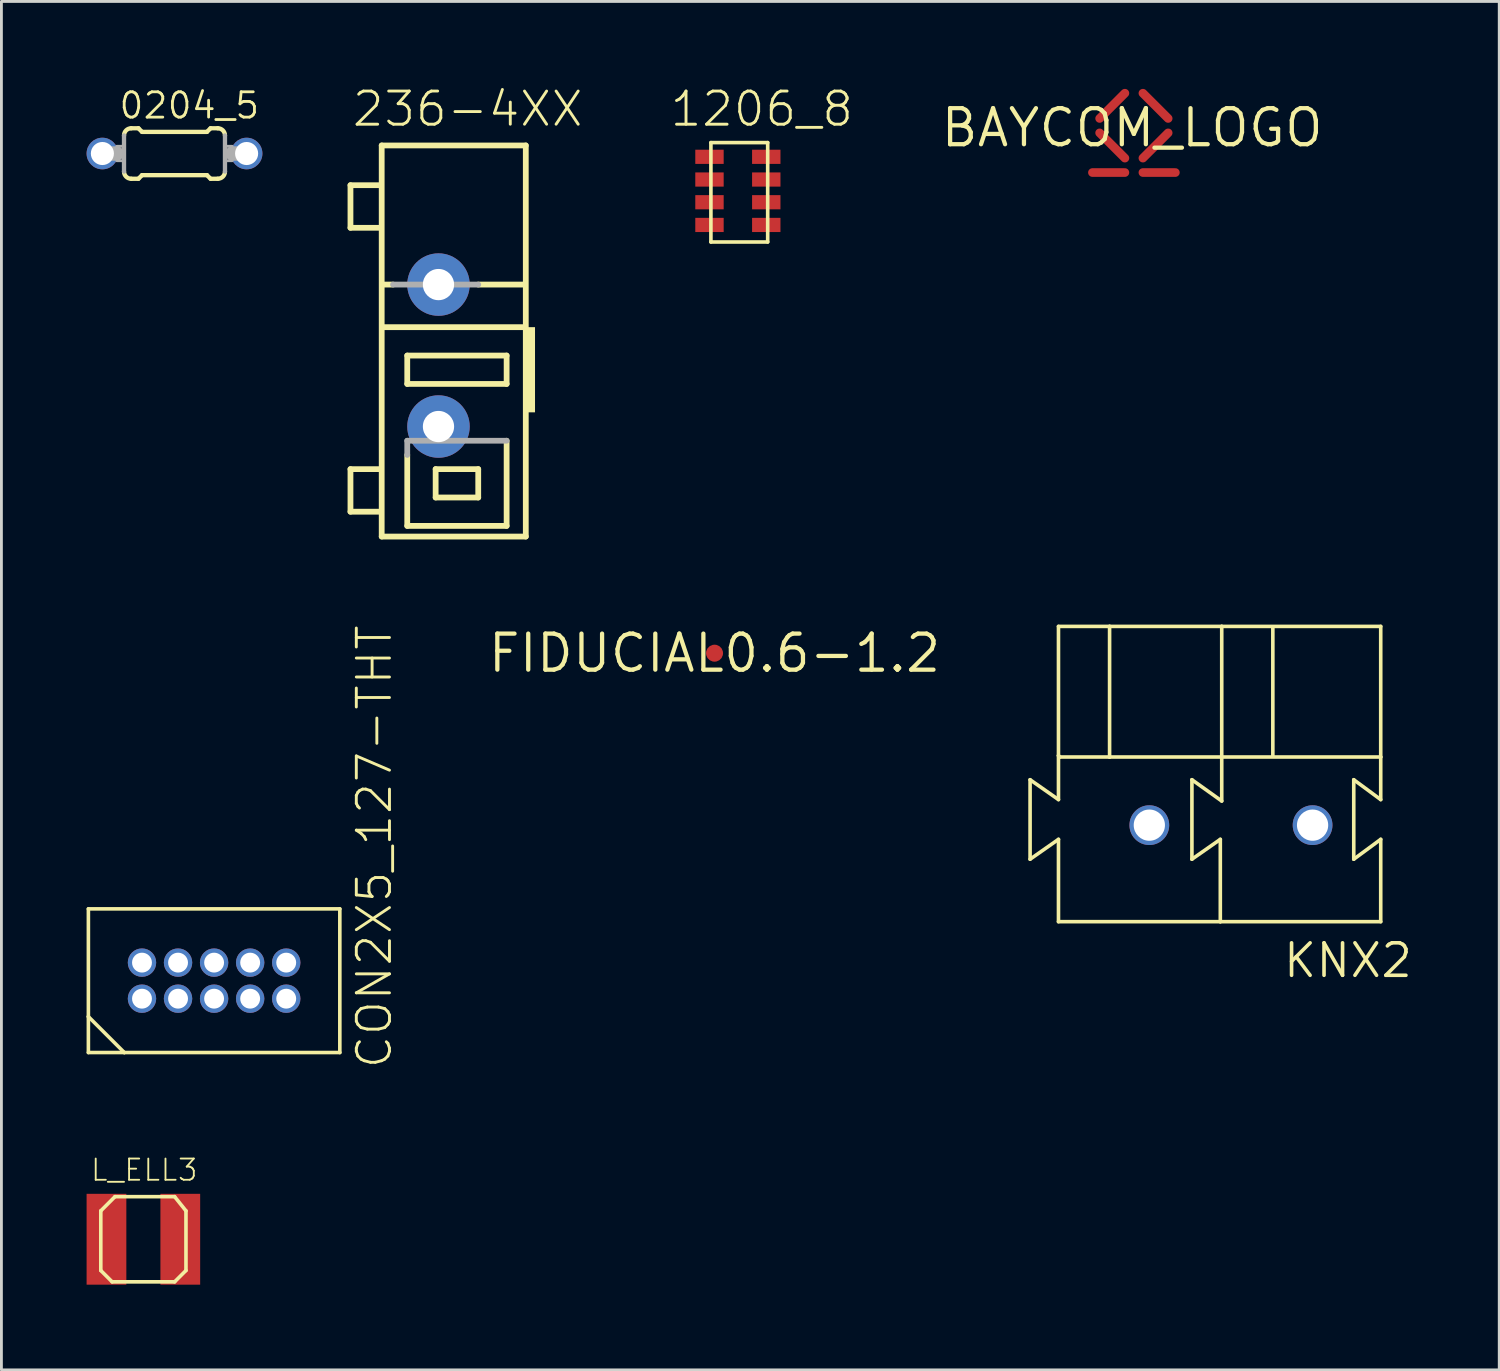
<source format=kicad_pcb>
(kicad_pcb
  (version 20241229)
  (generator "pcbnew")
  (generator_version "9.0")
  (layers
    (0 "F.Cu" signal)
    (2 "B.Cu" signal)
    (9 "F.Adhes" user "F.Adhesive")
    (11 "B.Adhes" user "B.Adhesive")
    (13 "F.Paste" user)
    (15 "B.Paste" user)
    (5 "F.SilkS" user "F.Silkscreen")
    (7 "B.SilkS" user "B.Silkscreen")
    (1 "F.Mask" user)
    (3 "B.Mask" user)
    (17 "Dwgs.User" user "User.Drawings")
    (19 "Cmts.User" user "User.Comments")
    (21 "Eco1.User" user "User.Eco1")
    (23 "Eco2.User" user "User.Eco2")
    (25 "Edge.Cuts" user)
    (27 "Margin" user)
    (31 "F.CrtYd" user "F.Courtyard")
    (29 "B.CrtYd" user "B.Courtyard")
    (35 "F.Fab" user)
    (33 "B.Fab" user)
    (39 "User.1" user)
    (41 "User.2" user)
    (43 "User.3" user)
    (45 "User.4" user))
  (footprint "CON2X5_127-THT"
    (layer "F.Cu")
    (at 4.491 32.125)
    (property "Reference" "CON2X5_127-THT" (at 6.325 2.53 90) (layer "F.SilkS") (effects (font (size 1.168 1.168) (thickness 0.102)) (justify left bottom)))
    (fp_line (start -4.428 -3.163) (end 4.428 -3.163) (stroke (width 0.127) (type solid)) (layer "F.SilkS"))
    (fp_line (start -4.428 0.632) (end -4.428 -3.163) (stroke (width 0.127) (type solid)) (layer "F.SilkS"))
    (fp_line (start -4.428 0.632) (end -3.163 1.897) (stroke (width 0.127) (type solid)) (layer "F.SilkS"))
    (fp_line (start -4.428 1.897) (end -4.428 0.632) (stroke (width 0.127) (type solid)) (layer "F.SilkS"))
    (fp_line (start -3.163 1.897) (end -4.428 1.897) (stroke (width 0.127) (type solid)) (layer "F.SilkS"))
    (fp_line (start 4.428 -3.163) (end 4.428 1.897) (stroke (width 0.127) (type solid)) (layer "F.SilkS"))
    (fp_line (start 4.428 1.897) (end -3.163 1.897) (stroke (width 0.127) (type solid)) (layer "F.SilkS"))
    (pad "1" thru_hole circle (at -2.54 0) (size 1 1) (drill 0.7) (layers "*.Cu" "*.Mask"))
    (pad "2" thru_hole circle (at -2.54 -1.27) (size 1 1) (drill 0.7) (layers "*.Cu" "*.Mask"))
    (pad "3" thru_hole circle (at -1.27 0) (size 1 1) (drill 0.7) (layers "*.Cu" "*.Mask"))
    (pad "4" thru_hole circle (at -1.27 -1.27) (size 1 1) (drill 0.7) (layers "*.Cu" "*.Mask"))
    (pad "5" thru_hole circle (at 0 0) (size 1 1) (drill 0.7) (layers "*.Cu" "*.Mask"))
    (pad "6" thru_hole circle (at 0 -1.27) (size 1 1) (drill 0.7) (layers "*.Cu" "*.Mask"))
    (pad "7" thru_hole circle (at 1.27 0) (size 1 1) (drill 0.7) (layers "*.Cu" "*.Mask"))
    (pad "8" thru_hole circle (at 1.27 -1.27) (size 1 1) (drill 0.7) (layers "*.Cu" "*.Mask"))
    (pad "9" thru_hole circle (at 2.54 0) (size 1 1) (drill 0.7) (layers "*.Cu" "*.Mask"))
    (pad "10" thru_hole circle (at 2.54 -1.27) (size 1 1) (drill 0.7) (layers "*.Cu" "*.Mask")))
  (footprint "FIDUCIAL0.6-1.2"
    (layer "F.Cu")
    (at 22.117 19.956)
    (property "Reference" "FIDUCIAL0.6-1.2" (at 0 0 0) (layer "F.SilkS") (effects (font (size 1.27 1.27) (thickness 0.15))))
    (fp_circle (center 0 0) (end 0.3 0) (stroke (width 0.6) (type solid)) (fill yes) (layer "F.Mask"))
    (pad "1" smd roundrect (at 0 0) (size 0.6 0.6) (layers "F.Cu") (roundrect_rratio 0.5))
    (zone (net_name "") (layer "F.Cu") (hatch edge 0.5) (connect_pads) (min_thickness 0.25) (filled_areas_thickness no) (keepout (tracks not_allowed) (vias not_allowed) (pads not_allowed) (copperpour not_allowed) (footprints allowed)) (placement (enabled no)) (fill) (polygon (pts (xy 22.717 19.956) (xy 22.697 19.801) (xy 22.637 19.656) (xy 22.541 19.532) (xy 22.417 19.436) (xy 22.272 19.376) (xy 22.117 19.356) (xy 21.962 19.376) (xy 21.817 19.436) (xy 21.693 19.532) (xy 21.597 19.656) (xy 21.538 19.801) (xy 21.517 19.956) (xy 21.538 20.111) (xy 21.597 20.256) (xy 21.693 20.38) (xy 21.817 20.476) (xy 21.962 20.536) (xy 22.117 20.556) (xy 22.272 20.536) (xy 22.417 20.476) (xy 22.541 20.38) (xy 22.637 20.256) (xy 22.697 20.111)))))
  (footprint "1206_8"
    (layer "F.Cu")
    (at 21.739 2.473)
    (property "Reference" "1206_8" (at -1.25 -1 0) (layer "F.SilkS") (effects (font (size 1.168 1.168) (thickness 0.102)) (justify left bottom)))
    (fp_line (start 0.25 -0.5) (end 0.25 3) (stroke (width 0.127) (type solid)) (layer "F.SilkS"))
    (fp_line (start 0.25 3) (end 2.25 3) (stroke (width 0.127) (type solid)) (layer "F.SilkS"))
    (fp_line (start 2.25 -0.5) (end 0.25 -0.5) (stroke (width 0.127) (type solid)) (layer "F.SilkS"))
    (fp_line (start 2.25 3) (end 2.25 -0.5) (stroke (width 0.127) (type solid)) (layer "F.SilkS"))
    (pad "1" smd rect (at 0.2 0) (size 1 0.5) (layers "F.Cu" "F.Mask" "F.Paste"))
    (pad "2" smd rect (at 0.2 0.8) (size 1 0.5) (layers "F.Cu" "F.Mask" "F.Paste"))
    (pad "3" smd rect (at 0.2 1.6) (size 1 0.5) (layers "F.Cu" "F.Mask" "F.Paste"))
    (pad "4" smd rect (at 0.2 2.4) (size 1 0.5) (layers "F.Cu" "F.Mask" "F.Paste"))
    (pad "5" smd rect (at 2.2 2.4) (size 1 0.5) (layers "F.Cu" "F.Mask" "F.Paste"))
    (pad "6" smd rect (at 2.2 1.6) (size 1 0.5) (layers "F.Cu" "F.Mask" "F.Paste"))
    (pad "7" smd rect (at 2.2 0.8) (size 1 0.5) (layers "F.Cu" "F.Mask" "F.Paste"))
    (pad "8" smd rect (at 2.2 0) (size 1 0.5) (layers "F.Cu" "F.Mask" "F.Paste")))
  (footprint "0204_5"
    (layer "F.Cu")
    (at 3.096 2.357)
    (property "Reference" "0204_5" (at -2.007 -1.168 0) (layer "F.SilkS") (effects (font (size 0.892 0.892) (thickness 0.099)) (justify left bottom)))
    (fp_line (start -1.524 -0.889) (end -1.27 -0.889) (stroke (width 0.152) (type solid)) (layer "F.SilkS"))
    (fp_line (start -1.524 0.889) (end -1.27 0.889) (stroke (width 0.152) (type solid)) (layer "F.SilkS"))
    (fp_line (start -1.143 -0.762) (end -1.27 -0.889) (stroke (width 0.152) (type solid)) (layer "F.SilkS"))
    (fp_line (start -1.143 0.762) (end -1.27 0.889) (stroke (width 0.152) (type solid)) (layer "F.SilkS"))
    (fp_line (start 1.143 -0.762) (end -1.143 -0.762) (stroke (width 0.152) (type solid)) (layer "F.SilkS"))
    (fp_line (start 1.143 -0.762) (end 1.27 -0.889) (stroke (width 0.152) (type solid)) (layer "F.SilkS"))
    (fp_line (start 1.143 0.762) (end -1.143 0.762) (stroke (width 0.152) (type solid)) (layer "F.SilkS"))
    (fp_line (start 1.143 0.762) (end 1.27 0.889) (stroke (width 0.152) (type solid)) (layer "F.SilkS"))
    (fp_line (start 1.524 -0.889) (end 1.27 -0.889) (stroke (width 0.152) (type solid)) (layer "F.SilkS"))
    (fp_line (start 1.524 0.889) (end 1.27 0.889) (stroke (width 0.152) (type solid)) (layer "F.SilkS"))
    (fp_arc (start -1.778 -0.635) (mid -1.703605 -0.814605) (end -1.524 -0.889) (stroke (width 0.1524) (type solid)) (layer "F.SilkS"))
    (fp_arc (start -1.524 0.889) (mid -1.703605 0.814605) (end -1.778 0.635) (stroke (width 0.1524) (type solid)) (layer "F.SilkS"))
    (fp_arc (start 1.524 -0.889) (mid 1.703605 -0.814605) (end 1.778 -0.635) (stroke (width 0.1524) (type solid)) (layer "F.SilkS"))
    (fp_arc (start 1.778 0.635) (mid 1.703605 0.814605) (end 1.524 0.889) (stroke (width 0.1524) (type solid)) (layer "F.SilkS"))
    (fp_line (start -2.54 0) (end -2.032 0) (stroke (width 0.508) (type solid)) (layer "F.Fab"))
    (fp_line (start -1.778 0.635) (end -1.778 -0.635) (stroke (width 0.152) (type solid)) (layer "F.Fab"))
    (fp_line (start 1.778 0.635) (end 1.778 -0.635) (stroke (width 0.152) (type solid)) (layer "F.Fab"))
    (fp_line (start 2.54 0) (end 2.032 0) (stroke (width 0.508) (type solid)) (layer "F.Fab"))
    (fp_poly (pts (xy -2.032 0.254) (xy -1.778 0.254) (xy -1.778 -0.254) (xy -2.032 -0.254)) (stroke (width 0.1) (type default)) (fill no) (layer "F.Fab"))
    (fp_poly (pts (xy 1.778 0.254) (xy 2.032 0.254) (xy 2.032 -0.254) (xy 1.778 -0.254)) (stroke (width 0.1) (type default)) (fill no) (layer "F.Fab"))
    (pad "1" thru_hole circle (at -2.54 0) (size 1.113 1.113) (drill 0.813) (layers "*.Cu" "*.Mask"))
    (pad "2" thru_hole circle (at 2.54 0) (size 1.113 1.113) (drill 0.813) (layers "*.Cu" "*.Mask")))
  (footprint "236-4XX"
    (layer "F.Cu")
    (at 12.394 9.473)
    (property "Reference" "236-4XX" (at -3.1 -8 0) (layer "F.SilkS") (effects (font (size 1.168 1.168) (thickness 0.102)) (justify left bottom)))
    (fp_line (start -3.1 -6) (end -3.1 -4.5) (stroke (width 0.203) (type solid)) (layer "F.SilkS"))
    (fp_line (start -3.1 -4.5) (end -2.1 -4.5) (stroke (width 0.203) (type solid)) (layer "F.SilkS"))
    (fp_line (start -3.1 4) (end -2.1 4) (stroke (width 0.203) (type solid)) (layer "F.SilkS"))
    (fp_line (start -3.1 5.5) (end -3.1 4) (stroke (width 0.203) (type solid)) (layer "F.SilkS"))
    (fp_line (start -2.1 -6) (end -3.1 -6) (stroke (width 0.203) (type solid)) (layer "F.SilkS"))
    (fp_line (start -2.1 5.5) (end -3.1 5.5) (stroke (width 0.203) (type solid)) (layer "F.SilkS"))
    (fp_line (start -2 -7.4) (end 3.075 -7.4) (stroke (width 0.203) (type solid)) (layer "F.SilkS"))
    (fp_line (start -2 6.375) (end -2 -7.4) (stroke (width 0.203) (type solid)) (layer "F.SilkS"))
    (fp_line (start -1.6 -2.5) (end -1.925 -2.5) (stroke (width 0.203) (type solid)) (layer "F.SilkS"))
    (fp_line (start -1.1 0) (end 2.4 0) (stroke (width 0.203) (type solid)) (layer "F.SilkS"))
    (fp_line (start -1.1 1) (end -1.1 0) (stroke (width 0.203) (type solid)) (layer "F.SilkS"))
    (fp_line (start -1.1 3.5) (end -1.1 6) (stroke (width 0.203) (type solid)) (layer "F.SilkS"))
    (fp_line (start -1.1 6) (end 2.4 6) (stroke (width 0.203) (type solid)) (layer "F.SilkS"))
    (fp_line (start -0.1 4) (end -0.1 5) (stroke (width 0.203) (type solid)) (layer "F.SilkS"))
    (fp_line (start -0.1 5) (end 1.4 5) (stroke (width 0.203) (type solid)) (layer "F.SilkS"))
    (fp_line (start 1.4 4) (end -0.1 4) (stroke (width 0.203) (type solid)) (layer "F.SilkS"))
    (fp_line (start 1.4 5) (end 1.4 4) (stroke (width 0.203) (type solid)) (layer "F.SilkS"))
    (fp_line (start 2.4 0) (end 2.4 1) (stroke (width 0.203) (type solid)) (layer "F.SilkS"))
    (fp_line (start 2.4 1) (end -1.1 1) (stroke (width 0.203) (type solid)) (layer "F.SilkS"))
    (fp_line (start 2.4 6) (end 2.4 3) (stroke (width 0.203) (type solid)) (layer "F.SilkS"))
    (fp_line (start 3.025 -2.5) (end 1.4 -2.5) (stroke (width 0.203) (type solid)) (layer "F.SilkS"))
    (fp_line (start 3.025 -1) (end -1.925 -1) (stroke (width 0.203) (type solid)) (layer "F.SilkS"))
    (fp_line (start 3.075 -7.4) (end 3.075 6.375) (stroke (width 0.203) (type solid)) (layer "F.SilkS"))
    (fp_line (start 3.075 6.375) (end -2 6.375) (stroke (width 0.203) (type solid)) (layer "F.SilkS"))
    (fp_poly (pts (xy 3.1 2) (xy 3.4 2) (xy 3.4 -1) (xy 3.1 -1)) (stroke (width 0) (type default)) (fill yes) (layer "F.SilkS"))
    (fp_line (start -1.1 3) (end -1.1 3.5) (stroke (width 0.203) (type solid)) (layer "F.Fab"))
    (fp_line (start 1.4 -2.5) (end -1.6 -2.5) (stroke (width 0.203) (type solid)) (layer "F.Fab"))
    (fp_line (start 2.4 3) (end -1.1 3) (stroke (width 0.203) (type solid)) (layer "F.Fab"))
    (pad "1@1" thru_hole circle (at 0 2.5) (size 2.2 2.2) (drill 1.1) (layers "*.Cu" "*.Mask"))
    (pad "1@2" thru_hole circle (at 0 -2.5) (size 2.2 2.2) (drill 1.1) (layers "*.Cu" "*.Mask")))
  (footprint "KNX2"
    (layer "F.Cu")
    (at 39.931 26.013)
    (property "Reference" "KNX2" (at 2.154 5.434 0) (layer "F.SilkS") (effects (font (size 1.143 1.143) (thickness 0.127)) (justify left bottom)))
    (fp_line (start -6.7 -1.6) (end -5.7 -0.9) (stroke (width 0.127) (type solid)) (layer "F.SilkS"))
    (fp_line (start -6.7 1.2) (end -6.7 -1.6) (stroke (width 0.127) (type solid)) (layer "F.SilkS"))
    (fp_line (start -5.7 -7) (end -3.9 -7) (stroke (width 0.127) (type solid)) (layer "F.SilkS"))
    (fp_line (start -5.7 -2.45) (end -5.7 -7) (stroke (width 0.127) (type solid)) (layer "F.SilkS"))
    (fp_line (start -5.7 -2.45) (end -5.65 -2.4) (stroke (width 0.127) (type solid)) (layer "F.SilkS"))
    (fp_line (start -5.7 -0.9) (end -5.7 -2.45) (stroke (width 0.127) (type solid)) (layer "F.SilkS"))
    (fp_line (start -5.7 0.5) (end -6.7 1.2) (stroke (width 0.127) (type solid)) (layer "F.SilkS"))
    (fp_line (start -5.7 0.5) (end -5.7 3.4) (stroke (width 0.127) (type solid)) (layer "F.SilkS"))
    (fp_line (start -5.7 3.4) (end 0 3.4) (stroke (width 0.127) (type solid)) (layer "F.SilkS"))
    (fp_line (start -5.65 -2.4) (end -3.9 -2.4) (stroke (width 0.127) (type solid)) (layer "F.SilkS"))
    (fp_line (start -3.9 -7) (end -3.9 -2.4) (stroke (width 0.127) (type solid)) (layer "F.SilkS"))
    (fp_line (start -3.9 -7) (end 0.05 -7) (stroke (width 0.127) (type solid)) (layer "F.SilkS"))
    (fp_line (start -3.9 -2.4) (end 5.65 -2.4) (stroke (width 0.127) (type solid)) (layer "F.SilkS"))
    (fp_line (start -1 -1.6) (end 0.05 -0.85) (stroke (width 0.127) (type solid)) (layer "F.SilkS"))
    (fp_line (start -1 1.2) (end -1 -1.6) (stroke (width 0.127) (type solid)) (layer "F.SilkS"))
    (fp_line (start 0 0.5) (end -1 1.2) (stroke (width 0.127) (type solid)) (layer "F.SilkS"))
    (fp_line (start 0 0.5) (end 0 3.4) (stroke (width 0.127) (type solid)) (layer "F.SilkS"))
    (fp_line (start 0 3.4) (end 5.65 3.4) (stroke (width 0.127) (type solid)) (layer "F.SilkS"))
    (fp_line (start 0.05 -7) (end 5.65 -7) (stroke (width 0.127) (type solid)) (layer "F.SilkS"))
    (fp_line (start 0.05 -0.85) (end 0.05 -7) (stroke (width 0.127) (type solid)) (layer "F.SilkS"))
    (fp_line (start 1.85 -6.95) (end 1.85 -2.45) (stroke (width 0.127) (type solid)) (layer "F.SilkS"))
    (fp_line (start 4.7 -1.6) (end 5.65 -0.9) (stroke (width 0.127) (type solid)) (layer "F.SilkS"))
    (fp_line (start 4.7 1.2) (end 4.7 -1.6) (stroke (width 0.127) (type solid)) (layer "F.SilkS"))
    (fp_line (start 5.65 -2.4) (end 5.65 -7) (stroke (width 0.127) (type solid)) (layer "F.SilkS"))
    (fp_line (start 5.65 -0.9) (end 5.65 -2.4) (stroke (width 0.127) (type solid)) (layer "F.SilkS"))
    (fp_line (start 5.65 0.5) (end 4.7 1.2) (stroke (width 0.127) (type solid)) (layer "F.SilkS"))
    (fp_line (start 5.65 0.5) (end 5.65 3.4) (stroke (width 0.127) (type solid)) (layer "F.SilkS"))
    (pad "1" thru_hole circle (at -2.5 0 90) (size 1.4 1.4) (drill 1.1) (layers "*.Cu" "*.Mask"))
    (pad "2" thru_hole circle (at 3.25 0 90) (size 1.4 1.4) (drill 1.1) (layers "*.Cu" "*.Mask")))
  (footprint "L_ELL3"
    (layer "F.Cu")
    (at 2 40.598)
    (property "Reference" "L_ELL3" (at -1.9 -2 0) (layer "F.SilkS") (effects (font (size 0.748 0.748) (thickness 0.065)) (justify left bottom)))
    (fp_line (start -1.5 -1) (end -1 -1.5) (stroke (width 0.127) (type solid)) (layer "F.SilkS"))
    (fp_line (start -1.5 1.1) (end -1.5 -1) (stroke (width 0.127) (type solid)) (layer "F.SilkS"))
    (fp_line (start -1.1 1.5) (end -1.5 1.1) (stroke (width 0.127) (type solid)) (layer "F.SilkS"))
    (fp_line (start -1 -1.5) (end 1.1 -1.5) (stroke (width 0.127) (type solid)) (layer "F.SilkS"))
    (fp_line (start 1.1 -1.5) (end 1.5 -1) (stroke (width 0.127) (type solid)) (layer "F.SilkS"))
    (fp_line (start 1.1 1.5) (end -1.1 1.5) (stroke (width 0.127) (type solid)) (layer "F.SilkS"))
    (fp_line (start 1.5 -1) (end 1.5 1.1) (stroke (width 0.127) (type solid)) (layer "F.SilkS"))
    (fp_line (start 1.5 1.1) (end 1.1 1.5) (stroke (width 0.127) (type solid)) (layer "F.SilkS"))
    (pad "P$1" smd rect (at -1.3 0 90) (size 3.2 1.4) (layers "F.Cu" "F.Mask" "F.Paste"))
    (pad "P$2" smd rect (at 1.3 0 90) (size 3.2 1.4) (layers "F.Cu" "F.Mask" "F.Paste")))
  (footprint "BAYCOM_LOGO"
    (layer "F.Cu")
    (at 36.825 1.45)
    (property "Reference" "BAYCOM_LOGO" (at 0 0 0) (layer "F.SilkS") (effects (font (size 1.27 1.27) (thickness 0.15))))
    (fp_line (start -1.398 1.577) (end -0.255 1.577) (stroke (width 0.305) (type solid)) (layer "F.Cu"))
    (fp_line (start -1.144 -0.328) (end -0.255 -1.217) (stroke (width 0.305) (type solid)) (layer "F.Cu"))
    (fp_line (start -0.255 1.069) (end -1.144 0.18) (stroke (width 0.305) (type solid)) (layer "F.Cu"))
    (fp_line (start 0.38 1.577) (end 1.523 1.577) (stroke (width 0.305) (type solid)) (layer "F.Cu"))
    (fp_line (start 1.269 -0.328) (end 0.38 -1.217) (stroke (width 0.305) (type solid)) (layer "F.Cu"))
    (fp_line (start 1.269 0.18) (end 0.38 1.069) (stroke (width 0.305) (type solid)) (layer "F.Cu"))
    (fp_poly (pts (xy -1.6 1.8) (xy 1.75 1.8) (xy 1.75 -1.45) (xy -1.6 -1.45)) (stroke (width 0) (type default)) (fill yes) (layer "F.Mask")))
  (gr_rect
    (start -3 -3)
    (end 49.755 45.198)
    (stroke (width 0.1) (type default))
    (fill no)
    (layer "Edge.Cuts")))
</source>
